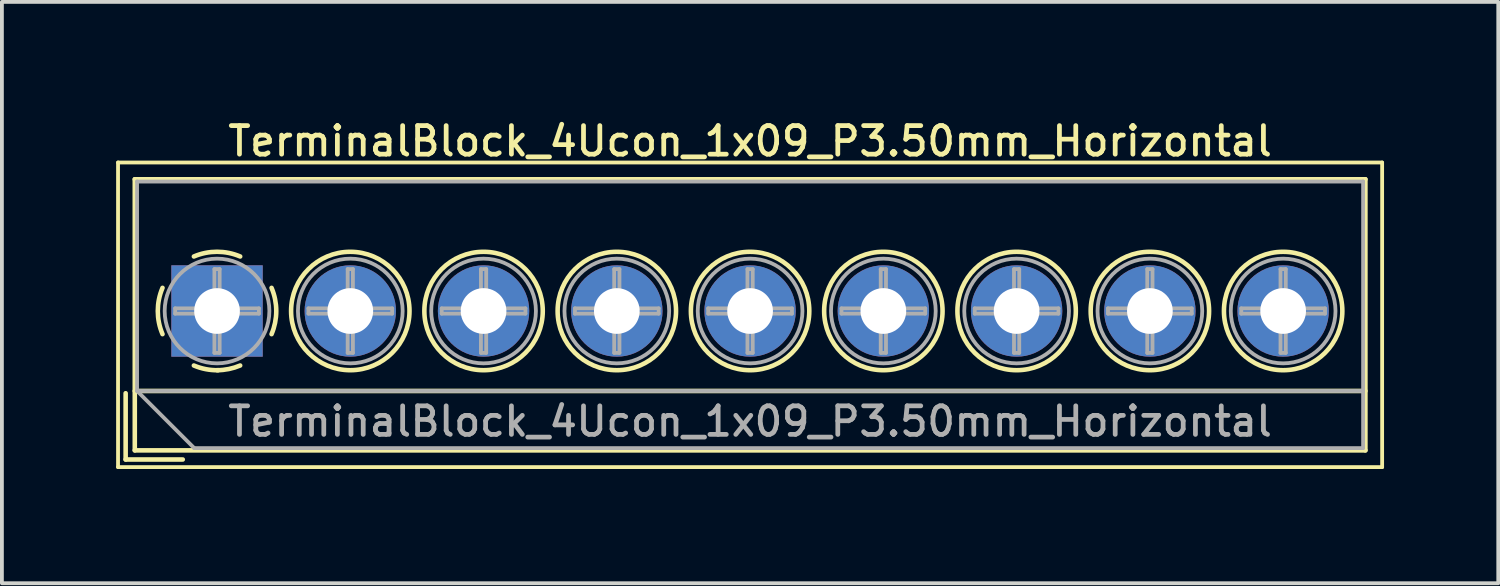
<source format=kicad_pcb>
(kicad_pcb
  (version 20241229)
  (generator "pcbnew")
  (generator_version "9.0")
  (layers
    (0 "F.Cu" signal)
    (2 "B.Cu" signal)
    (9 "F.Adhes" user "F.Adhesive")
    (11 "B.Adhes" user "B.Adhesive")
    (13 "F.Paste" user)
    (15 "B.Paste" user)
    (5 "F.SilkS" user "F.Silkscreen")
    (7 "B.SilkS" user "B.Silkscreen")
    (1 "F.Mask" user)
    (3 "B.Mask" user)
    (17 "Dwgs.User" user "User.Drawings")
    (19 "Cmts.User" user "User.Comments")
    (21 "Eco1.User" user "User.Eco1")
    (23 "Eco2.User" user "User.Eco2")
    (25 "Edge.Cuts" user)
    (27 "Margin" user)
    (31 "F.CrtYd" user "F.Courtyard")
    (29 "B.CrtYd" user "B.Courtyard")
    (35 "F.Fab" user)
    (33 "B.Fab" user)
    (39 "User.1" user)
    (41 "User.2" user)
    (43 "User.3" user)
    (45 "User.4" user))
  (footprint "TerminalBlock_4Ucon_1x09_P3.50mm_Horizontal"
    (layer "F.Cu")
    (at 2.65 5.118)
    (property "Reference" "TerminalBlock_4Ucon_1x09_P3.50mm_Horizontal" (at 14 -4.46 0) (layer "F.SilkS") (effects (font (size 0.75 0.75) (thickness 0.125))))
    (attr through_hole)
    (fp_line (start -2.6 -3.9) (end -2.6 4.1) (stroke (width 0.1) (type solid)) (layer "F.SilkS"))
    (fp_line (start -2.6 4.1) (end 30.6 4.1) (stroke (width 0.1) (type solid)) (layer "F.SilkS"))
    (fp_line (start -2.4 2.16) (end -2.4 3.9) (stroke (width 0.12) (type solid)) (layer "F.SilkS"))
    (fp_line (start -2.4 3.9) (end -0.9 3.9) (stroke (width 0.12) (type solid)) (layer "F.SilkS"))
    (fp_line (start -2.16 -3.46) (end -2.16 3.66) (stroke (width 0.12) (type solid)) (layer "F.SilkS"))
    (fp_line (start -2.16 -3.46) (end 30.16 -3.46) (stroke (width 0.12) (type solid)) (layer "F.SilkS"))
    (fp_line (start -2.16 2.1) (end 30.16 2.1) (stroke (width 0.12) (type solid)) (layer "F.SilkS"))
    (fp_line (start -2.16 3.66) (end 30.16 3.66) (stroke (width 0.12) (type solid)) (layer "F.SilkS"))
    (fp_line (start 30.16 -3.46) (end 30.16 3.66) (stroke (width 0.12) (type solid)) (layer "F.SilkS"))
    (fp_line (start 30.6 -3.9) (end -2.6 -3.9) (stroke (width 0.1) (type solid)) (layer "F.SilkS"))
    (fp_line (start 30.6 4.1) (end 30.6 -3.9) (stroke (width 0.1) (type solid)) (layer "F.SilkS"))
    (fp_arc (start -1.432109 0.607742) (mid -1.555727 -0.00014) (end -1.432 -0.608) (stroke (width 0.12) (type solid)) (layer "F.SilkS"))
    (fp_arc (start -0.607742 -1.432109) (mid 0.00014 -1.555727) (end 0.608 -1.432) (stroke (width 0.12) (type solid)) (layer "F.SilkS"))
    (fp_arc (start 0.027011 1.555493) (mid -0.296984 1.527118) (end -0.608 1.432) (stroke (width 0.12) (type solid)) (layer "F.SilkS"))
    (fp_arc (start 0.607587 1.431385) (mid 0.310017 1.523783) (end 0 1.555) (stroke (width 0.12) (type solid)) (layer "F.SilkS"))
    (fp_arc (start 1.432109 -0.607742) (mid 1.555727 0.00014) (end 1.432 0.608) (stroke (width 0.12) (type solid)) (layer "F.SilkS"))
    (fp_circle (center 3.5 0) (end 5.055 0) (stroke (width 0.12) (type solid)) (fill no) (layer "F.SilkS"))
    (fp_circle (center 7 0) (end 8.555 0) (stroke (width 0.12) (type solid)) (fill no) (layer "F.SilkS"))
    (fp_circle (center 10.5 0) (end 12.055 0) (stroke (width 0.12) (type solid)) (fill no) (layer "F.SilkS"))
    (fp_circle (center 14 0) (end 15.555 0) (stroke (width 0.12) (type solid)) (fill no) (layer "F.SilkS"))
    (fp_circle (center 17.5 0) (end 19.055 0) (stroke (width 0.12) (type solid)) (fill no) (layer "F.SilkS"))
    (fp_circle (center 21 0) (end 22.555 0) (stroke (width 0.12) (type solid)) (fill no) (layer "F.SilkS"))
    (fp_circle (center 24.5 0) (end 26.055 0) (stroke (width 0.12) (type solid)) (fill no) (layer "F.SilkS"))
    (fp_circle (center 28 0) (end 29.555 0) (stroke (width 0.12) (type solid)) (fill no) (layer "F.SilkS"))
    (fp_line (start -2.1 -3.4) (end 30.1 -3.4) (stroke (width 0.1) (type solid)) (layer "F.Fab"))
    (fp_line (start -2.1 2.1) (end -2.1 -3.4) (stroke (width 0.1) (type solid)) (layer "F.Fab"))
    (fp_line (start -2.1 2.1) (end 30.1 2.1) (stroke (width 0.1) (type solid)) (layer "F.Fab"))
    (fp_line (start -1.1 -0.069) (end -0.069 -0.069) (stroke (width 0.1) (type solid)) (layer "F.Fab"))
    (fp_line (start -1.1 0.069) (end -1.1 -0.069) (stroke (width 0.1) (type solid)) (layer "F.Fab"))
    (fp_line (start -0.6 3.6) (end -2.1 2.1) (stroke (width 0.1) (type solid)) (layer "F.Fab"))
    (fp_line (start -0.069 -1.1) (end 0.069 -1.1) (stroke (width 0.1) (type solid)) (layer "F.Fab"))
    (fp_line (start -0.069 -0.069) (end -0.069 -1.1) (stroke (width 0.1) (type solid)) (layer "F.Fab"))
    (fp_line (start -0.069 0.069) (end -1.1 0.069) (stroke (width 0.1) (type solid)) (layer "F.Fab"))
    (fp_line (start -0.069 1.1) (end -0.069 0.069) (stroke (width 0.1) (type solid)) (layer "F.Fab"))
    (fp_line (start 0.069 -1.1) (end 0.069 -0.069) (stroke (width 0.1) (type solid)) (layer "F.Fab"))
    (fp_line (start 0.069 -0.069) (end 1.1 -0.069) (stroke (width 0.1) (type solid)) (layer "F.Fab"))
    (fp_line (start 0.069 0.069) (end 0.069 1.1) (stroke (width 0.1) (type solid)) (layer "F.Fab"))
    (fp_line (start 0.069 1.1) (end -0.069 1.1) (stroke (width 0.1) (type solid)) (layer "F.Fab"))
    (fp_line (start 1.1 -0.069) (end 1.1 0.069) (stroke (width 0.1) (type solid)) (layer "F.Fab"))
    (fp_line (start 1.1 0.069) (end 0.069 0.069) (stroke (width 0.1) (type solid)) (layer "F.Fab"))
    (fp_line (start 2.4 -0.069) (end 3.431 -0.069) (stroke (width 0.1) (type solid)) (layer "F.Fab"))
    (fp_line (start 2.4 0.069) (end 2.4 -0.069) (stroke (width 0.1) (type solid)) (layer "F.Fab"))
    (fp_line (start 3.431 -1.1) (end 3.569 -1.1) (stroke (width 0.1) (type solid)) (layer "F.Fab"))
    (fp_line (start 3.431 -0.069) (end 3.431 -1.1) (stroke (width 0.1) (type solid)) (layer "F.Fab"))
    (fp_line (start 3.431 0.069) (end 2.4 0.069) (stroke (width 0.1) (type solid)) (layer "F.Fab"))
    (fp_line (start 3.431 1.1) (end 3.431 0.069) (stroke (width 0.1) (type solid)) (layer "F.Fab"))
    (fp_line (start 3.569 -1.1) (end 3.569 -0.069) (stroke (width 0.1) (type solid)) (layer "F.Fab"))
    (fp_line (start 3.569 -0.069) (end 4.6 -0.069) (stroke (width 0.1) (type solid)) (layer "F.Fab"))
    (fp_line (start 3.569 0.069) (end 3.569 1.1) (stroke (width 0.1) (type solid)) (layer "F.Fab"))
    (fp_line (start 3.569 1.1) (end 3.431 1.1) (stroke (width 0.1) (type solid)) (layer "F.Fab"))
    (fp_line (start 4.6 -0.069) (end 4.6 0.069) (stroke (width 0.1) (type solid)) (layer "F.Fab"))
    (fp_line (start 4.6 0.069) (end 3.569 0.069) (stroke (width 0.1) (type solid)) (layer "F.Fab"))
    (fp_line (start 5.9 -0.069) (end 6.931 -0.069) (stroke (width 0.1) (type solid)) (layer "F.Fab"))
    (fp_line (start 5.9 0.069) (end 5.9 -0.069) (stroke (width 0.1) (type solid)) (layer "F.Fab"))
    (fp_line (start 6.931 -1.1) (end 7.069 -1.1) (stroke (width 0.1) (type solid)) (layer "F.Fab"))
    (fp_line (start 6.931 -0.069) (end 6.931 -1.1) (stroke (width 0.1) (type solid)) (layer "F.Fab"))
    (fp_line (start 6.931 0.069) (end 5.9 0.069) (stroke (width 0.1) (type solid)) (layer "F.Fab"))
    (fp_line (start 6.931 1.1) (end 6.931 0.069) (stroke (width 0.1) (type solid)) (layer "F.Fab"))
    (fp_line (start 7.069 -1.1) (end 7.069 -0.069) (stroke (width 0.1) (type solid)) (layer "F.Fab"))
    (fp_line (start 7.069 -0.069) (end 8.1 -0.069) (stroke (width 0.1) (type solid)) (layer "F.Fab"))
    (fp_line (start 7.069 0.069) (end 7.069 1.1) (stroke (width 0.1) (type solid)) (layer "F.Fab"))
    (fp_line (start 7.069 1.1) (end 6.931 1.1) (stroke (width 0.1) (type solid)) (layer "F.Fab"))
    (fp_line (start 8.1 -0.069) (end 8.1 0.069) (stroke (width 0.1) (type solid)) (layer "F.Fab"))
    (fp_line (start 8.1 0.069) (end 7.069 0.069) (stroke (width 0.1) (type solid)) (layer "F.Fab"))
    (fp_line (start 9.4 -0.069) (end 10.431 -0.069) (stroke (width 0.1) (type solid)) (layer "F.Fab"))
    (fp_line (start 9.4 0.069) (end 9.4 -0.069) (stroke (width 0.1) (type solid)) (layer "F.Fab"))
    (fp_line (start 10.431 -1.1) (end 10.569 -1.1) (stroke (width 0.1) (type solid)) (layer "F.Fab"))
    (fp_line (start 10.431 -0.069) (end 10.431 -1.1) (stroke (width 0.1) (type solid)) (layer "F.Fab"))
    (fp_line (start 10.431 0.069) (end 9.4 0.069) (stroke (width 0.1) (type solid)) (layer "F.Fab"))
    (fp_line (start 10.431 1.1) (end 10.431 0.069) (stroke (width 0.1) (type solid)) (layer "F.Fab"))
    (fp_line (start 10.569 -1.1) (end 10.569 -0.069) (stroke (width 0.1) (type solid)) (layer "F.Fab"))
    (fp_line (start 10.569 -0.069) (end 11.6 -0.069) (stroke (width 0.1) (type solid)) (layer "F.Fab"))
    (fp_line (start 10.569 0.069) (end 10.569 1.1) (stroke (width 0.1) (type solid)) (layer "F.Fab"))
    (fp_line (start 10.569 1.1) (end 10.431 1.1) (stroke (width 0.1) (type solid)) (layer "F.Fab"))
    (fp_line (start 11.6 -0.069) (end 11.6 0.069) (stroke (width 0.1) (type solid)) (layer "F.Fab"))
    (fp_line (start 11.6 0.069) (end 10.569 0.069) (stroke (width 0.1) (type solid)) (layer "F.Fab"))
    (fp_line (start 12.9 -0.069) (end 13.931 -0.069) (stroke (width 0.1) (type solid)) (layer "F.Fab"))
    (fp_line (start 12.9 0.069) (end 12.9 -0.069) (stroke (width 0.1) (type solid)) (layer "F.Fab"))
    (fp_line (start 13.931 -1.1) (end 14.069 -1.1) (stroke (width 0.1) (type solid)) (layer "F.Fab"))
    (fp_line (start 13.931 -0.069) (end 13.931 -1.1) (stroke (width 0.1) (type solid)) (layer "F.Fab"))
    (fp_line (start 13.931 0.069) (end 12.9 0.069) (stroke (width 0.1) (type solid)) (layer "F.Fab"))
    (fp_line (start 13.931 1.1) (end 13.931 0.069) (stroke (width 0.1) (type solid)) (layer "F.Fab"))
    (fp_line (start 14.069 -1.1) (end 14.069 -0.069) (stroke (width 0.1) (type solid)) (layer "F.Fab"))
    (fp_line (start 14.069 -0.069) (end 15.1 -0.069) (stroke (width 0.1) (type solid)) (layer "F.Fab"))
    (fp_line (start 14.069 0.069) (end 14.069 1.1) (stroke (width 0.1) (type solid)) (layer "F.Fab"))
    (fp_line (start 14.069 1.1) (end 13.931 1.1) (stroke (width 0.1) (type solid)) (layer "F.Fab"))
    (fp_line (start 15.1 -0.069) (end 15.1 0.069) (stroke (width 0.1) (type solid)) (layer "F.Fab"))
    (fp_line (start 15.1 0.069) (end 14.069 0.069) (stroke (width 0.1) (type solid)) (layer "F.Fab"))
    (fp_line (start 16.4 -0.069) (end 17.431 -0.069) (stroke (width 0.1) (type solid)) (layer "F.Fab"))
    (fp_line (start 16.4 0.069) (end 16.4 -0.069) (stroke (width 0.1) (type solid)) (layer "F.Fab"))
    (fp_line (start 17.431 -1.1) (end 17.569 -1.1) (stroke (width 0.1) (type solid)) (layer "F.Fab"))
    (fp_line (start 17.431 -0.069) (end 17.431 -1.1) (stroke (width 0.1) (type solid)) (layer "F.Fab"))
    (fp_line (start 17.431 0.069) (end 16.4 0.069) (stroke (width 0.1) (type solid)) (layer "F.Fab"))
    (fp_line (start 17.431 1.1) (end 17.431 0.069) (stroke (width 0.1) (type solid)) (layer "F.Fab"))
    (fp_line (start 17.569 -1.1) (end 17.569 -0.069) (stroke (width 0.1) (type solid)) (layer "F.Fab"))
    (fp_line (start 17.569 -0.069) (end 18.6 -0.069) (stroke (width 0.1) (type solid)) (layer "F.Fab"))
    (fp_line (start 17.569 0.069) (end 17.569 1.1) (stroke (width 0.1) (type solid)) (layer "F.Fab"))
    (fp_line (start 17.569 1.1) (end 17.431 1.1) (stroke (width 0.1) (type solid)) (layer "F.Fab"))
    (fp_line (start 18.6 -0.069) (end 18.6 0.069) (stroke (width 0.1) (type solid)) (layer "F.Fab"))
    (fp_line (start 18.6 0.069) (end 17.569 0.069) (stroke (width 0.1) (type solid)) (layer "F.Fab"))
    (fp_line (start 19.9 -0.069) (end 20.931 -0.069) (stroke (width 0.1) (type solid)) (layer "F.Fab"))
    (fp_line (start 19.9 0.069) (end 19.9 -0.069) (stroke (width 0.1) (type solid)) (layer "F.Fab"))
    (fp_line (start 20.931 -1.1) (end 21.069 -1.1) (stroke (width 0.1) (type solid)) (layer "F.Fab"))
    (fp_line (start 20.931 -0.069) (end 20.931 -1.1) (stroke (width 0.1) (type solid)) (layer "F.Fab"))
    (fp_line (start 20.931 0.069) (end 19.9 0.069) (stroke (width 0.1) (type solid)) (layer "F.Fab"))
    (fp_line (start 20.931 1.1) (end 20.931 0.069) (stroke (width 0.1) (type solid)) (layer "F.Fab"))
    (fp_line (start 21.069 -1.1) (end 21.069 -0.069) (stroke (width 0.1) (type solid)) (layer "F.Fab"))
    (fp_line (start 21.069 -0.069) (end 22.1 -0.069) (stroke (width 0.1) (type solid)) (layer "F.Fab"))
    (fp_line (start 21.069 0.069) (end 21.069 1.1) (stroke (width 0.1) (type solid)) (layer "F.Fab"))
    (fp_line (start 21.069 1.1) (end 20.931 1.1) (stroke (width 0.1) (type solid)) (layer "F.Fab"))
    (fp_line (start 22.1 -0.069) (end 22.1 0.069) (stroke (width 0.1) (type solid)) (layer "F.Fab"))
    (fp_line (start 22.1 0.069) (end 21.069 0.069) (stroke (width 0.1) (type solid)) (layer "F.Fab"))
    (fp_line (start 23.4 -0.069) (end 24.431 -0.069) (stroke (width 0.1) (type solid)) (layer "F.Fab"))
    (fp_line (start 23.4 0.069) (end 23.4 -0.069) (stroke (width 0.1) (type solid)) (layer "F.Fab"))
    (fp_line (start 24.431 -1.1) (end 24.569 -1.1) (stroke (width 0.1) (type solid)) (layer "F.Fab"))
    (fp_line (start 24.431 -0.069) (end 24.431 -1.1) (stroke (width 0.1) (type solid)) (layer "F.Fab"))
    (fp_line (start 24.431 0.069) (end 23.4 0.069) (stroke (width 0.1) (type solid)) (layer "F.Fab"))
    (fp_line (start 24.431 1.1) (end 24.431 0.069) (stroke (width 0.1) (type solid)) (layer "F.Fab"))
    (fp_line (start 24.569 -1.1) (end 24.569 -0.069) (stroke (width 0.1) (type solid)) (layer "F.Fab"))
    (fp_line (start 24.569 -0.069) (end 25.6 -0.069) (stroke (width 0.1) (type solid)) (layer "F.Fab"))
    (fp_line (start 24.569 0.069) (end 24.569 1.1) (stroke (width 0.1) (type solid)) (layer "F.Fab"))
    (fp_line (start 24.569 1.1) (end 24.431 1.1) (stroke (width 0.1) (type solid)) (layer "F.Fab"))
    (fp_line (start 25.6 -0.069) (end 25.6 0.069) (stroke (width 0.1) (type solid)) (layer "F.Fab"))
    (fp_line (start 25.6 0.069) (end 24.569 0.069) (stroke (width 0.1) (type solid)) (layer "F.Fab"))
    (fp_line (start 26.9 -0.069) (end 27.931 -0.069) (stroke (width 0.1) (type solid)) (layer "F.Fab"))
    (fp_line (start 26.9 0.069) (end 26.9 -0.069) (stroke (width 0.1) (type solid)) (layer "F.Fab"))
    (fp_line (start 27.931 -1.1) (end 28.069 -1.1) (stroke (width 0.1) (type solid)) (layer "F.Fab"))
    (fp_line (start 27.931 -0.069) (end 27.931 -1.1) (stroke (width 0.1) (type solid)) (layer "F.Fab"))
    (fp_line (start 27.931 0.069) (end 26.9 0.069) (stroke (width 0.1) (type solid)) (layer "F.Fab"))
    (fp_line (start 27.931 1.1) (end 27.931 0.069) (stroke (width 0.1) (type solid)) (layer "F.Fab"))
    (fp_line (start 28.069 -1.1) (end 28.069 -0.069) (stroke (width 0.1) (type solid)) (layer "F.Fab"))
    (fp_line (start 28.069 -0.069) (end 29.1 -0.069) (stroke (width 0.1) (type solid)) (layer "F.Fab"))
    (fp_line (start 28.069 0.069) (end 28.069 1.1) (stroke (width 0.1) (type solid)) (layer "F.Fab"))
    (fp_line (start 28.069 1.1) (end 27.931 1.1) (stroke (width 0.1) (type solid)) (layer "F.Fab"))
    (fp_line (start 29.1 -0.069) (end 29.1 0.069) (stroke (width 0.1) (type solid)) (layer "F.Fab"))
    (fp_line (start 29.1 0.069) (end 28.069 0.069) (stroke (width 0.1) (type solid)) (layer "F.Fab"))
    (fp_line (start 30.1 -3.4) (end 30.1 3.6) (stroke (width 0.1) (type solid)) (layer "F.Fab"))
    (fp_line (start 30.1 3.6) (end -0.6 3.6) (stroke (width 0.1) (type solid)) (layer "F.Fab"))
    (fp_circle (center 0 0) (end 1.375 0) (stroke (width 0.1) (type solid)) (fill no) (layer "F.Fab"))
    (fp_circle (center 3.5 0) (end 4.875 0) (stroke (width 0.1) (type solid)) (fill no) (layer "F.Fab"))
    (fp_circle (center 7 0) (end 8.375 0) (stroke (width 0.1) (type solid)) (fill no) (layer "F.Fab"))
    (fp_circle (center 10.5 0) (end 11.875 0) (stroke (width 0.1) (type solid)) (fill no) (layer "F.Fab"))
    (fp_circle (center 14 0) (end 15.375 0) (stroke (width 0.1) (type solid)) (fill no) (layer "F.Fab"))
    (fp_circle (center 17.5 0) (end 18.875 0) (stroke (width 0.1) (type solid)) (fill no) (layer "F.Fab"))
    (fp_circle (center 21 0) (end 22.375 0) (stroke (width 0.1) (type solid)) (fill no) (layer "F.Fab"))
    (fp_circle (center 24.5 0) (end 25.875 0) (stroke (width 0.1) (type solid)) (fill no) (layer "F.Fab"))
    (fp_circle (center 28 0) (end 29.375 0) (stroke (width 0.1) (type solid)) (fill no) (layer "F.Fab"))
    (fp_text user "${REFERENCE}" (at 14 2.9 0) (layer "F.Fab") (effects (font (size 0.75 0.75) (thickness 0.125))))
    (pad "1" thru_hole rect (at 0 0) (size 2.4 2.4) (drill 1.2) (layers "*.Cu" "*.Mask"))
    (pad "2" thru_hole circle (at 3.5 0) (size 2.4 2.4) (drill 1.2) (layers "*.Cu" "*.Mask"))
    (pad "3" thru_hole circle (at 7 0) (size 2.4 2.4) (drill 1.2) (layers "*.Cu" "*.Mask"))
    (pad "4" thru_hole circle (at 10.5 0) (size 2.4 2.4) (drill 1.2) (layers "*.Cu" "*.Mask"))
    (pad "5" thru_hole circle (at 14 0) (size 2.4 2.4) (drill 1.2) (layers "*.Cu" "*.Mask"))
    (pad "6" thru_hole circle (at 17.5 0) (size 2.4 2.4) (drill 1.2) (layers "*.Cu" "*.Mask"))
    (pad "7" thru_hole circle (at 21 0) (size 2.4 2.4) (drill 1.2) (layers "*.Cu" "*.Mask"))
    (pad "8" thru_hole circle (at 24.5 0) (size 2.4 2.4) (drill 1.2) (layers "*.Cu" "*.Mask"))
    (pad "9" thru_hole circle (at 28 0) (size 2.4 2.4) (drill 1.2) (layers "*.Cu" "*.Mask")))
  (gr_rect
    (start -3 -3)
    (end 36.3 12.268)
    (stroke (width 0.1) (type default))
    (fill no)
    (layer "Edge.Cuts")))
</source>
